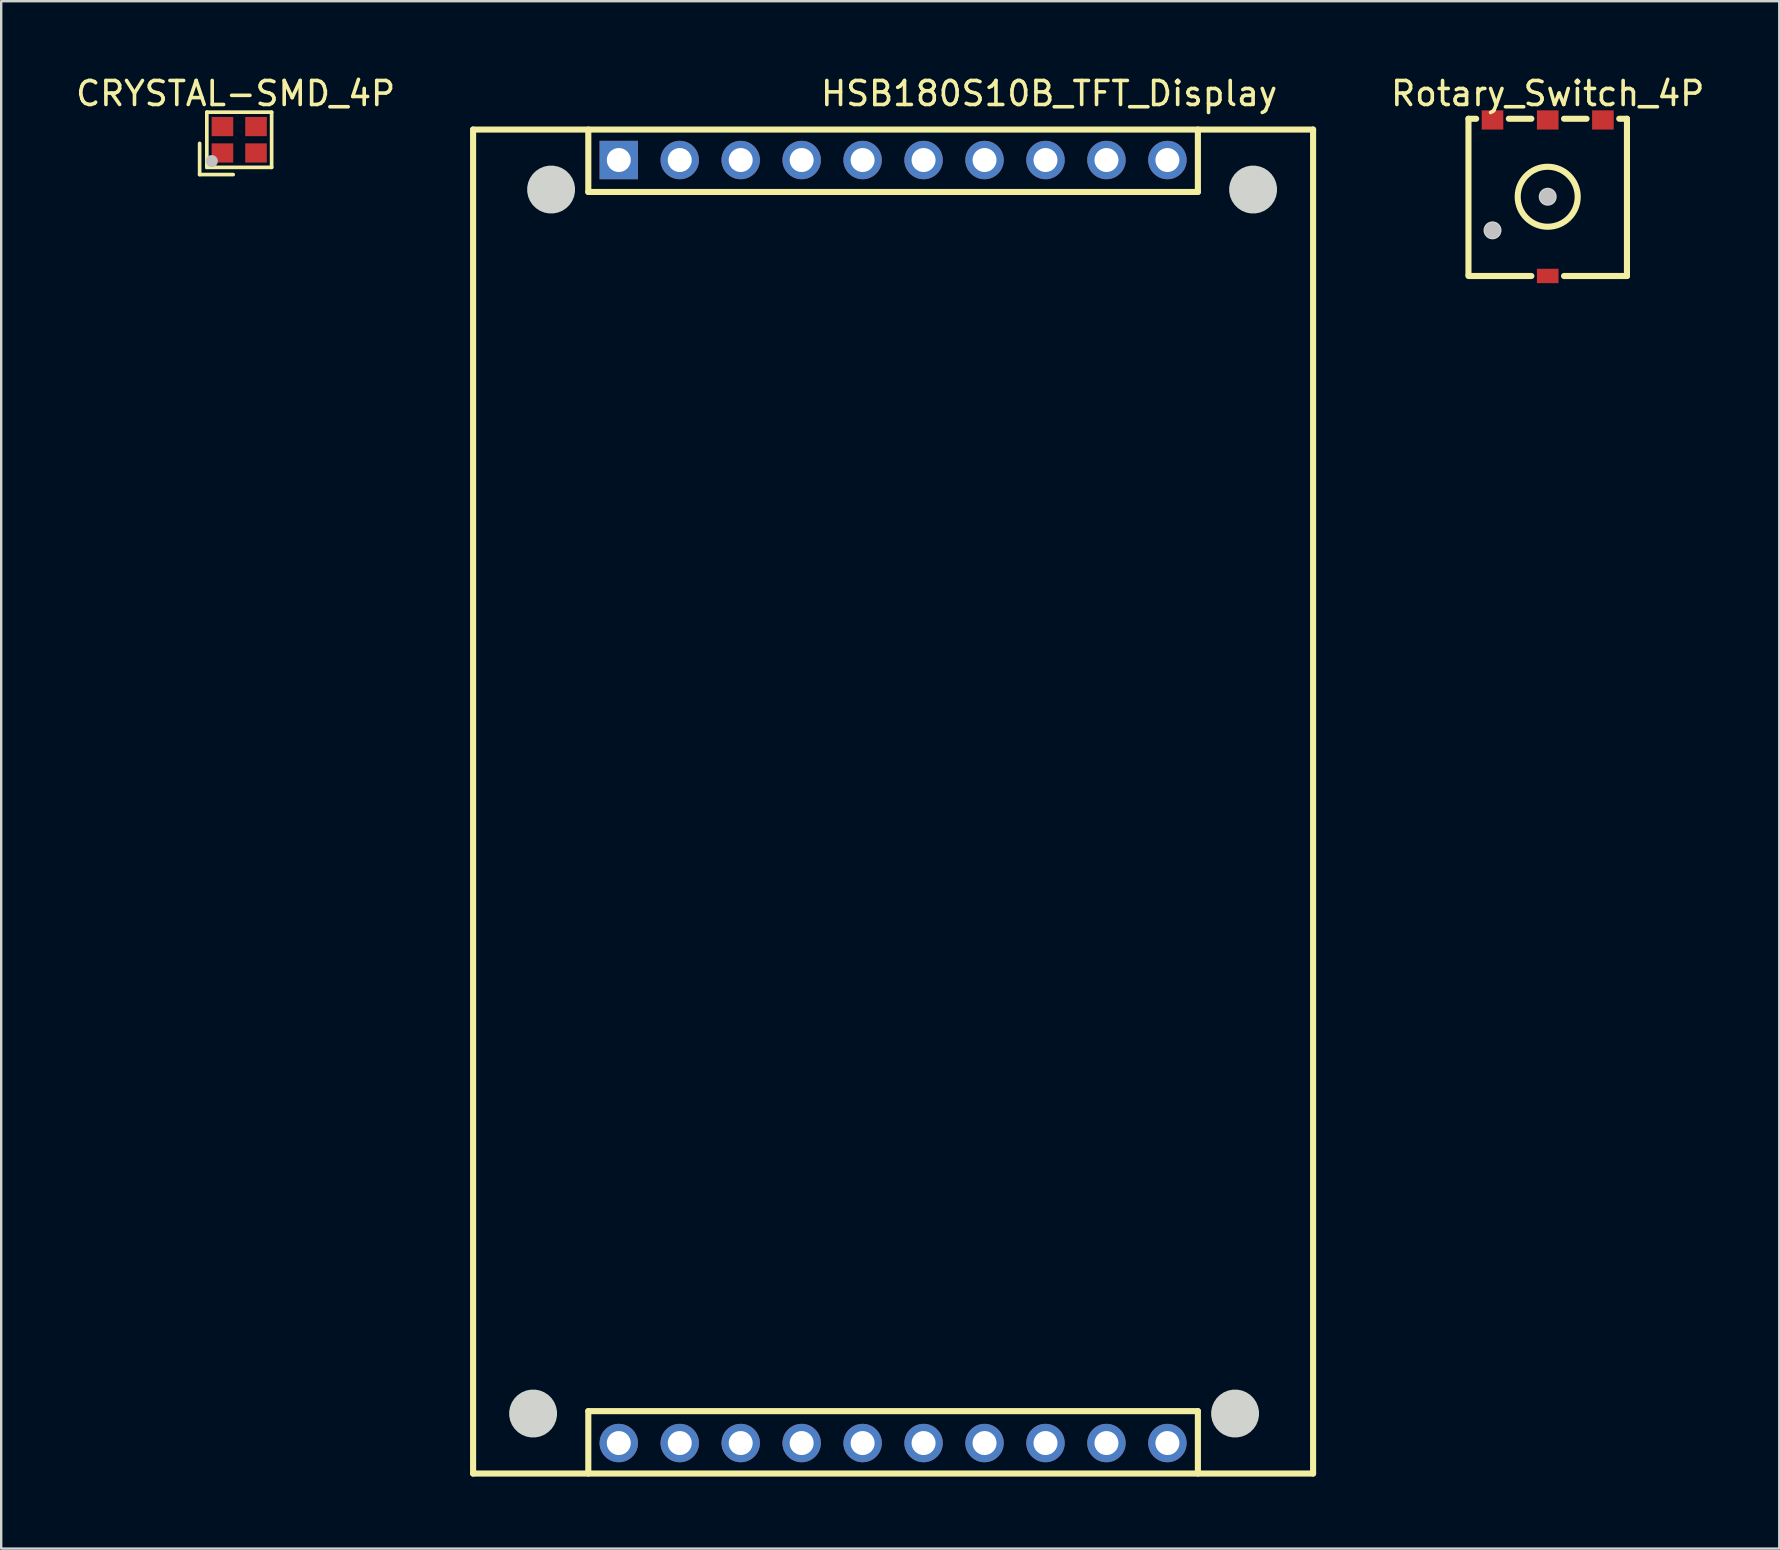
<source format=kicad_pcb>
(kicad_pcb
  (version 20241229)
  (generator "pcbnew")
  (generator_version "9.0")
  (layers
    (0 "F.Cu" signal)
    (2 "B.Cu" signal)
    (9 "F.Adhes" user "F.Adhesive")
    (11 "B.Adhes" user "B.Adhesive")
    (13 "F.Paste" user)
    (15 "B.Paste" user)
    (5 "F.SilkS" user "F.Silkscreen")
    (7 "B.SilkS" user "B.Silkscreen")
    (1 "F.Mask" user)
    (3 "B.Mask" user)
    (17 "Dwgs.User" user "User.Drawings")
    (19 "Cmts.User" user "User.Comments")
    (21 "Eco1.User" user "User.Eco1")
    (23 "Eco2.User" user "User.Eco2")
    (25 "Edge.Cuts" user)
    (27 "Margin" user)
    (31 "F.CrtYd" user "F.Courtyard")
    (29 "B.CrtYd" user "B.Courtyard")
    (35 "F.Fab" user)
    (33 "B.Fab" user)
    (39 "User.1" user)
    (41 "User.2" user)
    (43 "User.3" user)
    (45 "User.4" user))
  (footprint "CRYSTAL-SMD_4P"
    (layer "F.Cu")
    (at 6.918 2.774)
    (property "Reference" "CRYSTAL-SMD_4P" (at -0.15 -1.926 0) (layer "F.SilkS") (effects (font (size 1 1) (thickness 0.15))))
    (fp_line (start -1.65 0.15) (end -1.65 1.45) (stroke (width 0.152) (type default)) (layer "F.SilkS"))
    (fp_line (start -1.65 1.45) (end -0.25 1.45) (stroke (width 0.152) (type default)) (layer "F.SilkS"))
    (fp_line (start -1.35 -1.15) (end 1.35 -1.15) (stroke (width 0.152) (type default)) (layer "F.SilkS"))
    (fp_line (start -1.35 1.15) (end -1.35 -1.15) (stroke (width 0.152) (type default)) (layer "F.SilkS"))
    (fp_line (start 1.35 -1.15) (end 1.35 1.15) (stroke (width 0.152) (type default)) (layer "F.SilkS"))
    (fp_line (start 1.35 1.15) (end -1.35 1.15) (stroke (width 0.152) (type default)) (layer "F.SilkS"))
    (fp_circle (center -1.143 0.889) (end -1.016 0.889) (stroke (width 0.254) (type default)) (fill no) (layer "Dwgs.User"))
    (fp_poly (pts (xy -0.95 -0.275) (xy -0.95 -0.75) (xy -0.375 -0.75) (xy -0.375 -0.275)) (stroke (width 0.1) (type default)) (fill no) (layer "User.1"))
    (fp_poly (pts (xy -0.95 0.75) (xy -0.95 0.275) (xy -0.375 0.275) (xy -0.375 0.75)) (stroke (width 0.1) (type default)) (fill no) (layer "User.1"))
    (fp_poly (pts (xy 0.95 -0.75) (xy 0.95 -0.275) (xy 0.375 -0.275) (xy 0.375 -0.75)) (stroke (width 0.1) (type default)) (fill no) (layer "User.1"))
    (fp_poly (pts (xy 0.95 0.275) (xy 0.95 0.75) (xy 0.375 0.75) (xy 0.375 0.275)) (stroke (width 0.1) (type default)) (fill no) (layer "User.1"))
    (fp_line (start -1 -0.8) (end 1 -0.8) (stroke (width 0.051) (type default)) (layer "User.2"))
    (fp_line (start -1 0.8) (end -1 -0.8) (stroke (width 0.051) (type default)) (layer "User.2"))
    (fp_line (start 1 -0.8) (end 1 0.8) (stroke (width 0.051) (type default)) (layer "User.2"))
    (fp_line (start 1 0.8) (end -1 0.8) (stroke (width 0.051) (type default)) (layer "User.2"))
    (fp_poly (pts (xy -0.945 0.777) (xy -0.977 0.745) (xy -1.023 0.745) (xy -1.055 0.777) (xy -1.055 0.823) (xy -1.023 0.855) (xy -0.977 0.855) (xy -0.945 0.823)) (stroke (width 0.1) (type default)) (fill no) (layer "User.3"))
    (pad "1" smd rect (at -0.7 0.55) (size 0.9 0.8) (layers "F.Cu" "F.Mask" "F.Paste"))
    (pad "2" smd rect (at 0.7 0.55) (size 0.9 0.8) (layers "F.Cu" "F.Mask" "F.Paste"))
    (pad "3" smd rect (at 0.7 -0.55) (size 0.9 0.8) (layers "F.Cu" "F.Mask" "F.Paste"))
    (pad "4" smd rect (at -0.7 -0.55) (size 0.9 0.8) (layers "F.Cu" "F.Mask" "F.Paste")))
  (footprint "HSB180S10B_TFT_Display"
    (layer "F.Cu")
    (at 34.163 30.348)
    (property "Reference" "HSB180S10B_TFT_Display" (at 6.5 -29.5 0) (layer "F.SilkS") (effects (font (size 1 1) (thickness 0.15))))
    (fp_line (start -17.5 -28) (end -17.5 28) (stroke (width 0.254) (type default)) (layer "F.SilkS"))
    (fp_line (start -17.5 28) (end 17.5 28) (stroke (width 0.254) (type default)) (layer "F.SilkS"))
    (fp_line (start -12.7 -25.4) (end -12.7 -28) (stroke (width 0.254) (type default)) (layer "F.SilkS"))
    (fp_line (start -12.7 25.4) (end -12.7 28) (stroke (width 0.254) (type default)) (layer "F.SilkS"))
    (fp_line (start -12.7 25.4) (end 12.7 25.4) (stroke (width 0.254) (type default)) (layer "F.SilkS"))
    (fp_line (start 12.7 -25.4) (end -12.7 -25.4) (stroke (width 0.254) (type default)) (layer "F.SilkS"))
    (fp_line (start 12.7 -25.4) (end 12.7 -28) (stroke (width 0.254) (type default)) (layer "F.SilkS"))
    (fp_line (start 12.7 25.4) (end 12.7 28) (stroke (width 0.254) (type default)) (layer "F.SilkS"))
    (fp_line (start 17.5 -28) (end -17.5 -28) (stroke (width 0.254) (type default)) (layer "F.SilkS"))
    (fp_line (start 17.5 28) (end 17.5 -28) (stroke (width 0.254) (type default)) (layer "F.SilkS"))
    (fp_poly (pts (xy -14.005 25.402) (xy -14.043 25.21) (xy -14.118 25.029) (xy -14.227 24.866) (xy -14.366 24.727) (xy -14.529 24.618) (xy -14.71 24.543) (xy -14.902 24.505) (xy -15.098 24.505) (xy -15.29 24.543) (xy -15.471 24.618) (xy -15.634 24.727) (xy -15.773 24.866) (xy -15.882 25.029) (xy -15.957 25.21) (xy -15.995 25.402) (xy -15.995 25.598) (xy -15.957 25.79) (xy -15.882 25.971) (xy -15.773 26.134) (xy -15.634 26.273) (xy -15.471 26.382) (xy -15.29 26.457) (xy -15.098 26.495) (xy -14.902 26.495) (xy -14.71 26.457) (xy -14.529 26.382) (xy -14.366 26.273) (xy -14.227 26.134) (xy -14.118 25.971) (xy -14.043 25.79) (xy -14.005 25.598)) (stroke (width 0) (type default)) (fill yes) (layer "Edge.Cuts"))
    (fp_poly (pts (xy -13.255 -25.598) (xy -13.293 -25.79) (xy -13.368 -25.971) (xy -13.477 -26.134) (xy -13.616 -26.273) (xy -13.779 -26.382) (xy -13.96 -26.457) (xy -14.152 -26.495) (xy -14.348 -26.495) (xy -14.54 -26.457) (xy -14.721 -26.382) (xy -14.884 -26.273) (xy -15.023 -26.134) (xy -15.132 -25.971) (xy -15.207 -25.79) (xy -15.245 -25.598) (xy -15.245 -25.402) (xy -15.207 -25.21) (xy -15.132 -25.029) (xy -15.023 -24.866) (xy -14.884 -24.727) (xy -14.721 -24.618) (xy -14.54 -24.543) (xy -14.348 -24.505) (xy -14.152 -24.505) (xy -13.96 -24.543) (xy -13.779 -24.618) (xy -13.616 -24.727) (xy -13.477 -24.866) (xy -13.368 -25.029) (xy -13.293 -25.21) (xy -13.255 -25.402)) (stroke (width 0) (type default)) (fill yes) (layer "Edge.Cuts"))
    (fp_poly (pts (xy 15.245 25.402) (xy 15.207 25.21) (xy 15.132 25.029) (xy 15.023 24.866) (xy 14.884 24.727) (xy 14.721 24.618) (xy 14.54 24.543) (xy 14.348 24.505) (xy 14.152 24.505) (xy 13.96 24.543) (xy 13.779 24.618) (xy 13.616 24.727) (xy 13.477 24.866) (xy 13.368 25.029) (xy 13.293 25.21) (xy 13.255 25.402) (xy 13.255 25.598) (xy 13.293 25.79) (xy 13.368 25.971) (xy 13.477 26.134) (xy 13.616 26.273) (xy 13.779 26.382) (xy 13.96 26.457) (xy 14.152 26.495) (xy 14.348 26.495) (xy 14.54 26.457) (xy 14.721 26.382) (xy 14.884 26.273) (xy 15.023 26.134) (xy 15.132 25.971) (xy 15.207 25.79) (xy 15.245 25.598)) (stroke (width 0) (type default)) (fill yes) (layer "Edge.Cuts"))
    (fp_poly (pts (xy 15.995 -25.598) (xy 15.957 -25.79) (xy 15.882 -25.971) (xy 15.773 -26.134) (xy 15.634 -26.273) (xy 15.471 -26.382) (xy 15.29 -26.457) (xy 15.098 -26.495) (xy 14.902 -26.495) (xy 14.71 -26.457) (xy 14.529 -26.382) (xy 14.366 -26.273) (xy 14.227 -26.134) (xy 14.118 -25.971) (xy 14.043 -25.79) (xy 14.005 -25.598) (xy 14.005 -25.402) (xy 14.043 -25.21) (xy 14.118 -25.029) (xy 14.227 -24.866) (xy 14.366 -24.727) (xy 14.529 -24.618) (xy 14.71 -24.543) (xy 14.902 -24.505) (xy 15.098 -24.505) (xy 15.29 -24.543) (xy 15.471 -24.618) (xy 15.634 -24.727) (xy 15.773 -24.866) (xy 15.882 -25.029) (xy 15.957 -25.21) (xy 15.995 -25.402)) (stroke (width 0) (type default)) (fill yes) (layer "Edge.Cuts"))
    (fp_line (start -17.5 -28) (end -17.5 28) (stroke (width 0.051) (type default)) (layer "User.2"))
    (fp_line (start -17.5 28) (end 17.5 28) (stroke (width 0.051) (type default)) (layer "User.2"))
    (fp_line (start 17.5 -28) (end -17.5 -28) (stroke (width 0.051) (type default)) (layer "User.2"))
    (fp_line (start 17.5 28) (end 17.5 -28) (stroke (width 0.051) (type default)) (layer "User.2"))
    (pad "1" thru_hole rect (at -11.43 -26.73) (size 1.6 1.6) (drill 1) (layers "*.Cu" "*.Mask"))
    (pad "2" thru_hole circle (at -8.89 -26.73) (size 1.6 1.6) (drill 1) (layers "*.Cu" "*.Mask"))
    (pad "3" thru_hole circle (at -6.35 -26.73) (size 1.6 1.6) (drill 1) (layers "*.Cu" "*.Mask"))
    (pad "4" thru_hole circle (at -3.81 -26.73) (size 1.6 1.6) (drill 1) (layers "*.Cu" "*.Mask"))
    (pad "5" thru_hole circle (at -1.27 -26.73) (size 1.6 1.6) (drill 1) (layers "*.Cu" "*.Mask"))
    (pad "6" thru_hole circle (at 1.27 -26.73) (size 1.6 1.6) (drill 1) (layers "*.Cu" "*.Mask"))
    (pad "7" thru_hole circle (at 3.81 -26.73) (size 1.6 1.6) (drill 1) (layers "*.Cu" "*.Mask"))
    (pad "8" thru_hole circle (at 6.35 -26.73) (size 1.6 1.6) (drill 1) (layers "*.Cu" "*.Mask"))
    (pad "9" thru_hole circle (at 8.89 -26.73) (size 1.6 1.6) (drill 1) (layers "*.Cu" "*.Mask"))
    (pad "10" thru_hole circle (at 11.43 -26.73) (size 1.6 1.6) (drill 1) (layers "*.Cu" "*.Mask"))
    (pad "11" thru_hole circle (at -11.43 26.73) (size 1.6 1.6) (drill 1) (layers "*.Cu" "*.Mask"))
    (pad "12" thru_hole circle (at -8.89 26.73) (size 1.6 1.6) (drill 1) (layers "*.Cu" "*.Mask"))
    (pad "13" thru_hole circle (at -6.35 26.73) (size 1.6 1.6) (drill 1) (layers "*.Cu" "*.Mask"))
    (pad "14" thru_hole circle (at -3.81 26.73) (size 1.6 1.6) (drill 1) (layers "*.Cu" "*.Mask"))
    (pad "15" thru_hole circle (at -1.27 26.73) (size 1.6 1.6) (drill 1) (layers "*.Cu" "*.Mask"))
    (pad "16" thru_hole circle (at 1.27 26.73) (size 1.6 1.6) (drill 1) (layers "*.Cu" "*.Mask"))
    (pad "17" thru_hole circle (at 3.81 26.73) (size 1.6 1.6) (drill 1) (layers "*.Cu" "*.Mask"))
    (pad "18" thru_hole circle (at 6.35 26.73) (size 1.6 1.6) (drill 1) (layers "*.Cu" "*.Mask"))
    (pad "19" thru_hole circle (at 8.89 26.73) (size 1.6 1.6) (drill 1) (layers "*.Cu" "*.Mask"))
    (pad "20" thru_hole circle (at 11.43 26.73) (size 1.6 1.6) (drill 1) (layers "*.Cu" "*.Mask")))
  (footprint "Rotary_Switch_4P"
    (layer "F.Cu")
    (at 61.439 5.198)
    (property "Reference" "Rotary_Switch_4P" (at 0 -4.35 0) (layer "F.SilkS") (effects (font (size 1 1) (thickness 0.15))))
    (fp_line (start -3.302 -3.3) (end -3.302 3.2) (stroke (width 0.254) (type default)) (layer "F.SilkS"))
    (fp_line (start -3.302 -3.3) (end -2.981 -3.3) (stroke (width 0.254) (type default)) (layer "F.SilkS"))
    (fp_line (start -1.619 -3.3) (end -0.681 -3.3) (stroke (width 0.254) (type default)) (layer "F.SilkS"))
    (fp_line (start -0.681 3.252) (end -3.302 3.252) (stroke (width 0.254) (type default)) (layer "F.SilkS"))
    (fp_line (start 0.681 -3.3) (end 1.619 -3.3) (stroke (width 0.254) (type default)) (layer "F.SilkS"))
    (fp_line (start 2.981 -3.3) (end 3.302 -3.3) (stroke (width 0.254) (type default)) (layer "F.SilkS"))
    (fp_line (start 3.302 -3.3) (end 3.302 3.252) (stroke (width 0.254) (type default)) (layer "F.SilkS"))
    (fp_line (start 3.302 3.252) (end 0.681 3.252) (stroke (width 0.254) (type default)) (layer "F.SilkS"))
    (fp_circle (center 0 -0.05) (end 1.25 -0.05) (stroke (width 0.254) (type default)) (fill no) (layer "F.SilkS"))
    (fp_circle (center -2.3 1.35) (end -2.137 1.35) (stroke (width 0.325) (type default)) (fill no) (layer "Dwgs.User"))
    (fp_circle (center 0 -0.05) (end 0.163 -0.05) (stroke (width 0.325) (type default)) (fill no) (layer "Dwgs.User"))
    (fp_poly (pts (xy -1.928 1.301) (xy -1.954 1.206) (xy -2.002 1.122) (xy -2.072 1.052) (xy -2.156 1.004) (xy -2.251 0.978) (xy -2.349 0.978) (xy -2.444 1.004) (xy -2.528 1.052) (xy -2.598 1.122) (xy -2.646 1.206) (xy -2.672 1.301) (xy -2.672 1.399) (xy -2.646 1.494) (xy -2.598 1.578) (xy -2.528 1.648) (xy -2.444 1.696) (xy -2.349 1.722) (xy -2.251 1.722) (xy -2.156 1.696) (xy -2.072 1.648) (xy -2.002 1.578) (xy -1.954 1.494) (xy -1.928 1.399)) (stroke (width 0) (type default)) (fill yes) (layer "Edge.Cuts"))
    (fp_poly (pts (xy 0.372 -0.099) (xy 0.346 -0.194) (xy 0.298 -0.278) (xy 0.228 -0.348) (xy 0.144 -0.396) (xy 0.049 -0.422) (xy -0.049 -0.422) (xy -0.144 -0.396) (xy -0.228 -0.348) (xy -0.298 -0.278) (xy -0.346 -0.194) (xy -0.372 -0.099) (xy -0.372 -0.001) (xy -0.346 0.094) (xy -0.298 0.178) (xy -0.228 0.248) (xy -0.144 0.296) (xy -0.049 0.322) (xy 0.049 0.322) (xy 0.144 0.296) (xy 0.228 0.248) (xy 0.298 0.178) (xy 0.346 0.094) (xy 0.372 -0.001)) (stroke (width 0) (type default)) (fill yes) (layer "Edge.Cuts"))
    (fp_poly (pts (xy -2.66 -3.25) (xy -1.94 -3.25) (xy -1.94 -2.61) (xy -2.66 -2.61)) (stroke (width 0.1) (type default)) (fill no) (layer "User.1"))
    (fp_poly (pts (xy -0.36 -3.25) (xy 0.36 -3.25) (xy 0.36 -2.61) (xy -0.36 -2.61)) (stroke (width 0.1) (type default)) (fill no) (layer "User.1"))
    (fp_poly (pts (xy -0.36 2.77) (xy 0.36 2.77) (xy 0.36 3.25) (xy -0.36 3.25)) (stroke (width 0.1) (type default)) (fill no) (layer "User.1"))
    (fp_poly (pts (xy 1.94 -3.25) (xy 2.66 -3.25) (xy 2.66 -2.61) (xy 1.94 -2.61)) (stroke (width 0.1) (type default)) (fill no) (layer "User.1"))
    (fp_line (start -3.25 -3.25) (end 3.25 -3.25) (stroke (width 0.051) (type default)) (layer "User.2"))
    (fp_line (start -3.25 3.25) (end -3.25 -3.25) (stroke (width 0.051) (type default)) (layer "User.2"))
    (fp_line (start 3.25 -3.25) (end 3.25 3.25) (stroke (width 0.051) (type default)) (layer "User.2"))
    (fp_line (start 3.25 3.25) (end -3.25 3.25) (stroke (width 0.051) (type default)) (layer "User.2"))
    (fp_poly (pts (xy -3.195 -3.273) (xy -3.227 -3.305) (xy -3.273 -3.305) (xy -3.305 -3.273) (xy -3.305 -3.227) (xy -3.273 -3.195) (xy -3.227 -3.195) (xy -3.195 -3.227)) (stroke (width 0.1) (type default)) (fill no) (layer "User.3"))
    (pad "A" smd rect (at -2.3 -3.25) (size 0.9 0.8) (layers "F.Cu" "F.Mask" "F.Paste"))
    (pad "B" smd rect (at 2.3 -3.25) (size 0.9 0.8) (layers "F.Cu" "F.Mask" "F.Paste"))
    (pad "C" smd rect (at 0 3.25) (size 0.9 0.6) (layers "F.Cu" "F.Mask" "F.Paste"))
    (pad "E" smd rect (at 0 -3.25) (size 0.9 0.8) (layers "F.Cu" "F.Mask" "F.Paste")))
  (gr_rect
    (start -3 -3)
    (end 71.087 61.475)
    (stroke (width 0.1) (type default))
    (fill no)
    (layer "Edge.Cuts")))
</source>
